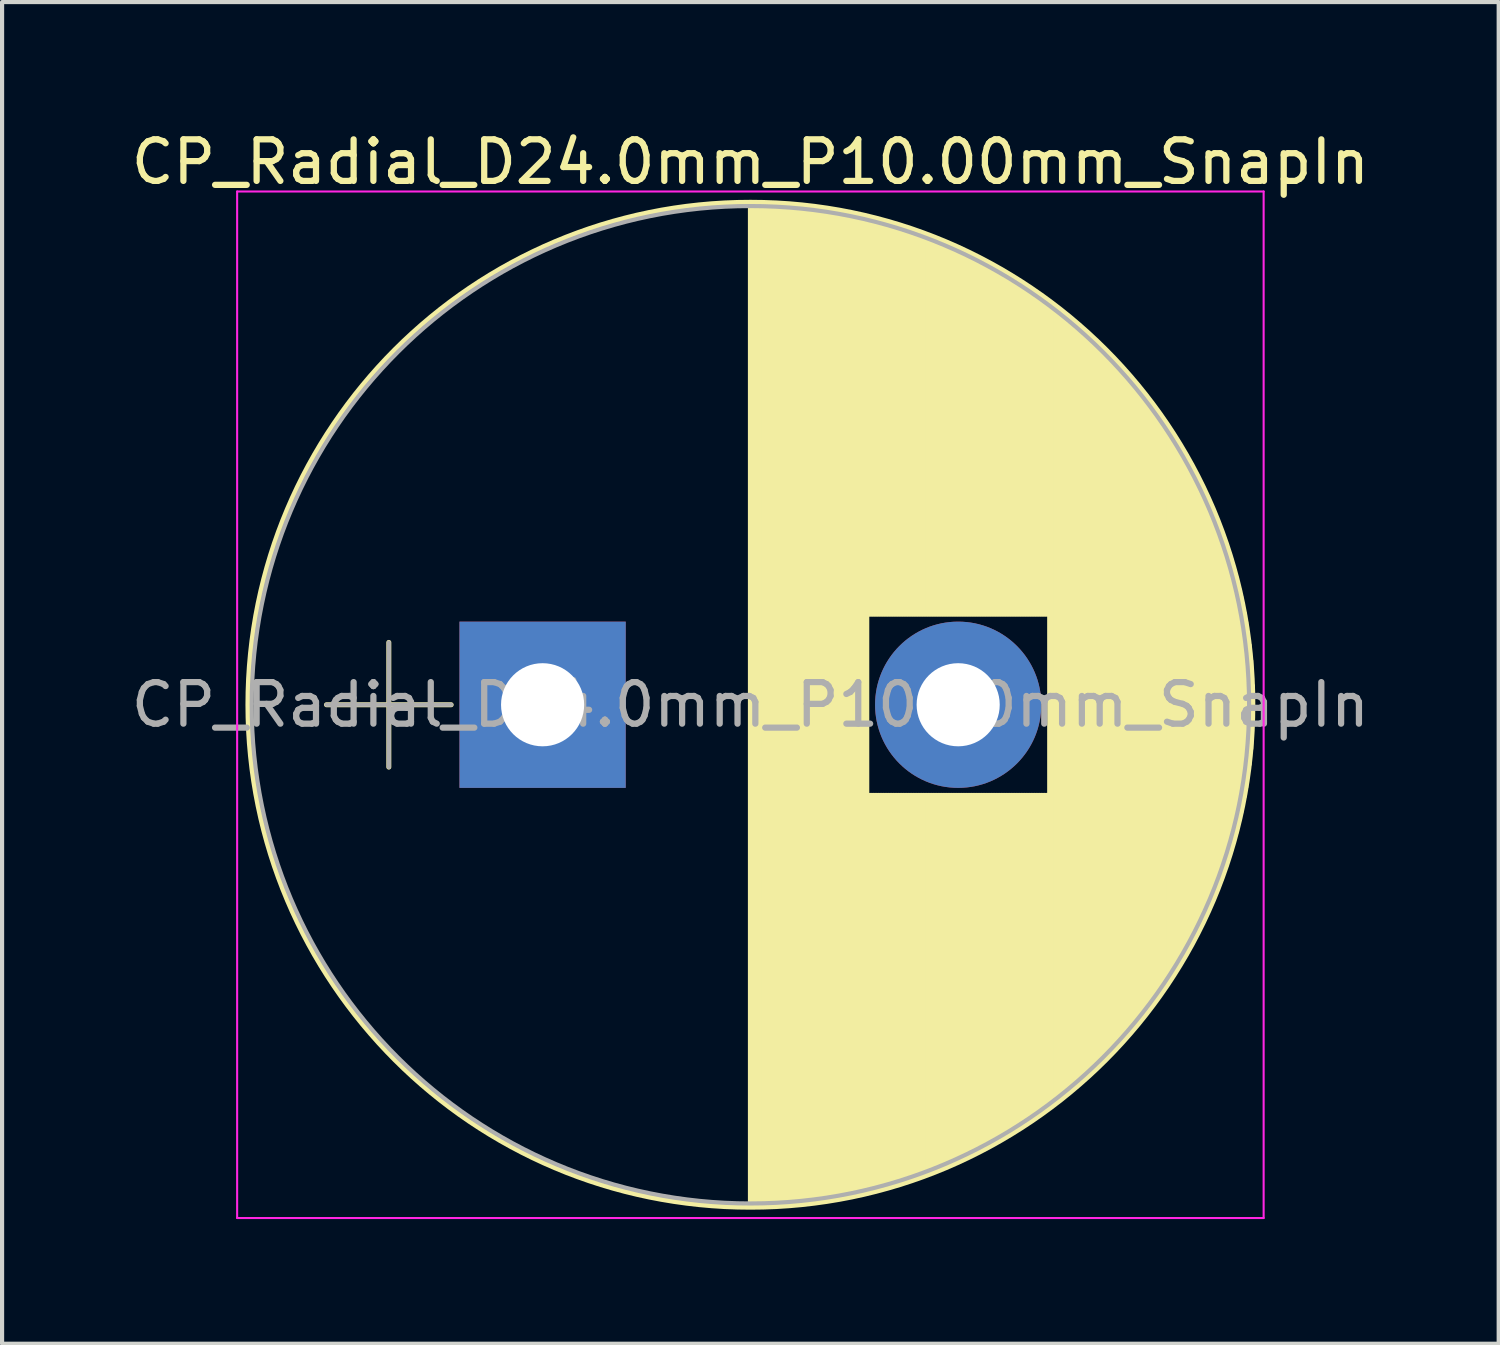
<source format=kicad_pcb>
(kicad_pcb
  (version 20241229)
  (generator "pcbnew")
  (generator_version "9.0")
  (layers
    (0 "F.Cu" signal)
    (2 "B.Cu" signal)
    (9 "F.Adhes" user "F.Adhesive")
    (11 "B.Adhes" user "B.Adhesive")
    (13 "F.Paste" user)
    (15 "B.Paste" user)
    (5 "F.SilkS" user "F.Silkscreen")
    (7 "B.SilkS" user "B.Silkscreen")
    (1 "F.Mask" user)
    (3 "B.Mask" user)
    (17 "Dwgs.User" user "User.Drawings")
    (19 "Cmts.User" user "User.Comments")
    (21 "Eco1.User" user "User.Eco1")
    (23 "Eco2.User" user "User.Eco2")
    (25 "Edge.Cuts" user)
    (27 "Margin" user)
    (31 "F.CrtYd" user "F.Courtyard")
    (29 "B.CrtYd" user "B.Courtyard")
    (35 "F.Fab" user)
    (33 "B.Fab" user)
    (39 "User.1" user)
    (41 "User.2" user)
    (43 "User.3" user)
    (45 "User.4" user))
  (footprint "CP_Radial_D24.0mm_P10.00mm_SnapIn"
    (layer "F.Cu")
    (at 10.006 13.908)
    (property "Reference" "CP_Radial_D24.0mm_P10.00mm_SnapIn" (at 5 -13.06 0) (layer "F.SilkS") (effects (font (size 1 1) (thickness 0.15))))
    (attr through_hole)
    (fp_line (start -5.2 0) (end -2.2 0) (stroke (width 0.12) (type solid)) (layer "F.SilkS"))
    (fp_line (start -3.7 -1.5) (end -3.7 1.5) (stroke (width 0.12) (type solid)) (layer "F.SilkS"))
    (fp_line (start 5 -12.05) (end 5 12.05) (stroke (width 0.12) (type solid)) (layer "F.SilkS"))
    (fp_line (start 5.04 -12.05) (end 5.04 12.05) (stroke (width 0.12) (type solid)) (layer "F.SilkS"))
    (fp_line (start 5.08 -12.05) (end 5.08 12.05) (stroke (width 0.12) (type solid)) (layer "F.SilkS"))
    (fp_line (start 5.12 -12.05) (end 5.12 12.05) (stroke (width 0.12) (type solid)) (layer "F.SilkS"))
    (fp_line (start 5.16 -12.049) (end 5.16 12.049) (stroke (width 0.12) (type solid)) (layer "F.SilkS"))
    (fp_line (start 5.2 -12.049) (end 5.2 12.049) (stroke (width 0.12) (type solid)) (layer "F.SilkS"))
    (fp_line (start 5.24 -12.048) (end 5.24 12.048) (stroke (width 0.12) (type solid)) (layer "F.SilkS"))
    (fp_line (start 5.28 -12.047) (end 5.28 12.047) (stroke (width 0.12) (type solid)) (layer "F.SilkS"))
    (fp_line (start 5.32 -12.046) (end 5.32 12.046) (stroke (width 0.12) (type solid)) (layer "F.SilkS"))
    (fp_line (start 5.36 -12.045) (end 5.36 12.045) (stroke (width 0.12) (type solid)) (layer "F.SilkS"))
    (fp_line (start 5.4 -12.044) (end 5.4 12.044) (stroke (width 0.12) (type solid)) (layer "F.SilkS"))
    (fp_line (start 5.44 -12.042) (end 5.44 12.042) (stroke (width 0.12) (type solid)) (layer "F.SilkS"))
    (fp_line (start 5.48 -12.041) (end 5.48 12.041) (stroke (width 0.12) (type solid)) (layer "F.SilkS"))
    (fp_line (start 5.52 -12.039) (end 5.52 12.039) (stroke (width 0.12) (type solid)) (layer "F.SilkS"))
    (fp_line (start 5.56 -12.038) (end 5.56 12.038) (stroke (width 0.12) (type solid)) (layer "F.SilkS"))
    (fp_line (start 5.6 -12.036) (end 5.6 12.036) (stroke (width 0.12) (type solid)) (layer "F.SilkS"))
    (fp_line (start 5.64 -12.034) (end 5.64 12.034) (stroke (width 0.12) (type solid)) (layer "F.SilkS"))
    (fp_line (start 5.68 -12.031) (end 5.68 12.031) (stroke (width 0.12) (type solid)) (layer "F.SilkS"))
    (fp_line (start 5.721 -12.029) (end 5.721 12.029) (stroke (width 0.12) (type solid)) (layer "F.SilkS"))
    (fp_line (start 5.761 -12.027) (end 5.761 12.027) (stroke (width 0.12) (type solid)) (layer "F.SilkS"))
    (fp_line (start 5.801 -12.024) (end 5.801 12.024) (stroke (width 0.12) (type solid)) (layer "F.SilkS"))
    (fp_line (start 5.841 -12.021) (end 5.841 12.021) (stroke (width 0.12) (type solid)) (layer "F.SilkS"))
    (fp_line (start 5.881 -12.018) (end 5.881 12.018) (stroke (width 0.12) (type solid)) (layer "F.SilkS"))
    (fp_line (start 5.921 -12.015) (end 5.921 12.015) (stroke (width 0.12) (type solid)) (layer "F.SilkS"))
    (fp_line (start 5.961 -12.012) (end 5.961 12.012) (stroke (width 0.12) (type solid)) (layer "F.SilkS"))
    (fp_line (start 6.001 -12.009) (end 6.001 12.009) (stroke (width 0.12) (type solid)) (layer "F.SilkS"))
    (fp_line (start 6.041 -12.006) (end 6.041 12.006) (stroke (width 0.12) (type solid)) (layer "F.SilkS"))
    (fp_line (start 6.081 -12.002) (end 6.081 12.002) (stroke (width 0.12) (type solid)) (layer "F.SilkS"))
    (fp_line (start 6.121 -11.999) (end 6.121 11.999) (stroke (width 0.12) (type solid)) (layer "F.SilkS"))
    (fp_line (start 6.161 -11.995) (end 6.161 11.995) (stroke (width 0.12) (type solid)) (layer "F.SilkS"))
    (fp_line (start 6.201 -11.991) (end 6.201 11.991) (stroke (width 0.12) (type solid)) (layer "F.SilkS"))
    (fp_line (start 6.241 -11.987) (end 6.241 11.987) (stroke (width 0.12) (type solid)) (layer "F.SilkS"))
    (fp_line (start 6.281 -11.983) (end 6.281 11.983) (stroke (width 0.12) (type solid)) (layer "F.SilkS"))
    (fp_line (start 6.321 -11.978) (end 6.321 11.978) (stroke (width 0.12) (type solid)) (layer "F.SilkS"))
    (fp_line (start 6.361 -11.974) (end 6.361 11.974) (stroke (width 0.12) (type solid)) (layer "F.SilkS"))
    (fp_line (start 6.401 -11.969) (end 6.401 11.969) (stroke (width 0.12) (type solid)) (layer "F.SilkS"))
    (fp_line (start 6.441 -11.964) (end 6.441 11.964) (stroke (width 0.12) (type solid)) (layer "F.SilkS"))
    (fp_line (start 6.481 -11.96) (end 6.481 11.96) (stroke (width 0.12) (type solid)) (layer "F.SilkS"))
    (fp_line (start 6.521 -11.955) (end 6.521 11.955) (stroke (width 0.12) (type solid)) (layer "F.SilkS"))
    (fp_line (start 6.561 -11.949) (end 6.561 11.949) (stroke (width 0.12) (type solid)) (layer "F.SilkS"))
    (fp_line (start 6.601 -11.944) (end 6.601 11.944) (stroke (width 0.12) (type solid)) (layer "F.SilkS"))
    (fp_line (start 6.641 -11.939) (end 6.641 11.939) (stroke (width 0.12) (type solid)) (layer "F.SilkS"))
    (fp_line (start 6.681 -11.933) (end 6.681 11.933) (stroke (width 0.12) (type solid)) (layer "F.SilkS"))
    (fp_line (start 6.721 -11.928) (end 6.721 11.928) (stroke (width 0.12) (type solid)) (layer "F.SilkS"))
    (fp_line (start 6.761 -11.922) (end 6.761 11.922) (stroke (width 0.12) (type solid)) (layer "F.SilkS"))
    (fp_line (start 6.801 -11.916) (end 6.801 11.916) (stroke (width 0.12) (type solid)) (layer "F.SilkS"))
    (fp_line (start 6.841 -11.91) (end 6.841 11.91) (stroke (width 0.12) (type solid)) (layer "F.SilkS"))
    (fp_line (start 6.881 -11.903) (end 6.881 11.903) (stroke (width 0.12) (type solid)) (layer "F.SilkS"))
    (fp_line (start 6.921 -11.897) (end 6.921 11.897) (stroke (width 0.12) (type solid)) (layer "F.SilkS"))
    (fp_line (start 6.961 -11.891) (end 6.961 11.891) (stroke (width 0.12) (type solid)) (layer "F.SilkS"))
    (fp_line (start 7.001 -11.884) (end 7.001 11.884) (stroke (width 0.12) (type solid)) (layer "F.SilkS"))
    (fp_line (start 7.041 -11.877) (end 7.041 11.877) (stroke (width 0.12) (type solid)) (layer "F.SilkS"))
    (fp_line (start 7.081 -11.87) (end 7.081 11.87) (stroke (width 0.12) (type solid)) (layer "F.SilkS"))
    (fp_line (start 7.121 -11.863) (end 7.121 11.863) (stroke (width 0.12) (type solid)) (layer "F.SilkS"))
    (fp_line (start 7.161 -11.856) (end 7.161 11.856) (stroke (width 0.12) (type solid)) (layer "F.SilkS"))
    (fp_line (start 7.201 -11.849) (end 7.201 11.849) (stroke (width 0.12) (type solid)) (layer "F.SilkS"))
    (fp_line (start 7.241 -11.841) (end 7.241 11.841) (stroke (width 0.12) (type solid)) (layer "F.SilkS"))
    (fp_line (start 7.281 -11.834) (end 7.281 11.834) (stroke (width 0.12) (type solid)) (layer "F.SilkS"))
    (fp_line (start 7.321 -11.826) (end 7.321 11.826) (stroke (width 0.12) (type solid)) (layer "F.SilkS"))
    (fp_line (start 7.361 -11.818) (end 7.361 11.818) (stroke (width 0.12) (type solid)) (layer "F.SilkS"))
    (fp_line (start 7.401 -11.81) (end 7.401 11.81) (stroke (width 0.12) (type solid)) (layer "F.SilkS"))
    (fp_line (start 7.441 -11.802) (end 7.441 11.802) (stroke (width 0.12) (type solid)) (layer "F.SilkS"))
    (fp_line (start 7.481 -11.793) (end 7.481 11.793) (stroke (width 0.12) (type solid)) (layer "F.SilkS"))
    (fp_line (start 7.521 -11.785) (end 7.521 11.785) (stroke (width 0.12) (type solid)) (layer "F.SilkS"))
    (fp_line (start 7.561 -11.776) (end 7.561 11.776) (stroke (width 0.12) (type solid)) (layer "F.SilkS"))
    (fp_line (start 7.601 -11.768) (end 7.601 11.768) (stroke (width 0.12) (type solid)) (layer "F.SilkS"))
    (fp_line (start 7.641 -11.759) (end 7.641 11.759) (stroke (width 0.12) (type solid)) (layer "F.SilkS"))
    (fp_line (start 7.681 -11.75) (end 7.681 11.75) (stroke (width 0.12) (type solid)) (layer "F.SilkS"))
    (fp_line (start 7.721 -11.741) (end 7.721 11.741) (stroke (width 0.12) (type solid)) (layer "F.SilkS"))
    (fp_line (start 7.761 -11.731) (end 7.761 11.731) (stroke (width 0.12) (type solid)) (layer "F.SilkS"))
    (fp_line (start 7.801 -11.722) (end 7.801 11.722) (stroke (width 0.12) (type solid)) (layer "F.SilkS"))
    (fp_line (start 7.841 -11.712) (end 7.841 -2.18) (stroke (width 0.12) (type solid)) (layer "F.SilkS"))
    (fp_line (start 7.841 2.18) (end 7.841 11.712) (stroke (width 0.12) (type solid)) (layer "F.SilkS"))
    (fp_line (start 7.881 -11.702) (end 7.881 -2.18) (stroke (width 0.12) (type solid)) (layer "F.SilkS"))
    (fp_line (start 7.881 2.18) (end 7.881 11.702) (stroke (width 0.12) (type solid)) (layer "F.SilkS"))
    (fp_line (start 7.921 -11.693) (end 7.921 -2.18) (stroke (width 0.12) (type solid)) (layer "F.SilkS"))
    (fp_line (start 7.921 2.18) (end 7.921 11.693) (stroke (width 0.12) (type solid)) (layer "F.SilkS"))
    (fp_line (start 7.961 -11.683) (end 7.961 -2.18) (stroke (width 0.12) (type solid)) (layer "F.SilkS"))
    (fp_line (start 7.961 2.18) (end 7.961 11.683) (stroke (width 0.12) (type solid)) (layer "F.SilkS"))
    (fp_line (start 8.001 -11.672) (end 8.001 -2.18) (stroke (width 0.12) (type solid)) (layer "F.SilkS"))
    (fp_line (start 8.001 2.18) (end 8.001 11.672) (stroke (width 0.12) (type solid)) (layer "F.SilkS"))
    (fp_line (start 8.041 -11.662) (end 8.041 -2.18) (stroke (width 0.12) (type solid)) (layer "F.SilkS"))
    (fp_line (start 8.041 2.18) (end 8.041 11.662) (stroke (width 0.12) (type solid)) (layer "F.SilkS"))
    (fp_line (start 8.081 -11.652) (end 8.081 -2.18) (stroke (width 0.12) (type solid)) (layer "F.SilkS"))
    (fp_line (start 8.081 2.18) (end 8.081 11.652) (stroke (width 0.12) (type solid)) (layer "F.SilkS"))
    (fp_line (start 8.121 -11.641) (end 8.121 -2.18) (stroke (width 0.12) (type solid)) (layer "F.SilkS"))
    (fp_line (start 8.121 2.18) (end 8.121 11.641) (stroke (width 0.12) (type solid)) (layer "F.SilkS"))
    (fp_line (start 8.161 -11.63) (end 8.161 -2.18) (stroke (width 0.12) (type solid)) (layer "F.SilkS"))
    (fp_line (start 8.161 2.18) (end 8.161 11.63) (stroke (width 0.12) (type solid)) (layer "F.SilkS"))
    (fp_line (start 8.201 -11.619) (end 8.201 -2.18) (stroke (width 0.12) (type solid)) (layer "F.SilkS"))
    (fp_line (start 8.201 2.18) (end 8.201 11.619) (stroke (width 0.12) (type solid)) (layer "F.SilkS"))
    (fp_line (start 8.241 -11.608) (end 8.241 -2.18) (stroke (width 0.12) (type solid)) (layer "F.SilkS"))
    (fp_line (start 8.241 2.18) (end 8.241 11.608) (stroke (width 0.12) (type solid)) (layer "F.SilkS"))
    (fp_line (start 8.281 -11.597) (end 8.281 -2.18) (stroke (width 0.12) (type solid)) (layer "F.SilkS"))
    (fp_line (start 8.281 2.18) (end 8.281 11.597) (stroke (width 0.12) (type solid)) (layer "F.SilkS"))
    (fp_line (start 8.321 -11.586) (end 8.321 -2.18) (stroke (width 0.12) (type solid)) (layer "F.SilkS"))
    (fp_line (start 8.321 2.18) (end 8.321 11.586) (stroke (width 0.12) (type solid)) (layer "F.SilkS"))
    (fp_line (start 8.361 -11.574) (end 8.361 -2.18) (stroke (width 0.12) (type solid)) (layer "F.SilkS"))
    (fp_line (start 8.361 2.18) (end 8.361 11.574) (stroke (width 0.12) (type solid)) (layer "F.SilkS"))
    (fp_line (start 8.401 -11.563) (end 8.401 -2.18) (stroke (width 0.12) (type solid)) (layer "F.SilkS"))
    (fp_line (start 8.401 2.18) (end 8.401 11.563) (stroke (width 0.12) (type solid)) (layer "F.SilkS"))
    (fp_line (start 8.441 -11.551) (end 8.441 -2.18) (stroke (width 0.12) (type solid)) (layer "F.SilkS"))
    (fp_line (start 8.441 2.18) (end 8.441 11.551) (stroke (width 0.12) (type solid)) (layer "F.SilkS"))
    (fp_line (start 8.481 -11.539) (end 8.481 -2.18) (stroke (width 0.12) (type solid)) (layer "F.SilkS"))
    (fp_line (start 8.481 2.18) (end 8.481 11.539) (stroke (width 0.12) (type solid)) (layer "F.SilkS"))
    (fp_line (start 8.521 -11.527) (end 8.521 -2.18) (stroke (width 0.12) (type solid)) (layer "F.SilkS"))
    (fp_line (start 8.521 2.18) (end 8.521 11.527) (stroke (width 0.12) (type solid)) (layer "F.SilkS"))
    (fp_line (start 8.561 -11.514) (end 8.561 -2.18) (stroke (width 0.12) (type solid)) (layer "F.SilkS"))
    (fp_line (start 8.561 2.18) (end 8.561 11.514) (stroke (width 0.12) (type solid)) (layer "F.SilkS"))
    (fp_line (start 8.601 -11.502) (end 8.601 -2.18) (stroke (width 0.12) (type solid)) (layer "F.SilkS"))
    (fp_line (start 8.601 2.18) (end 8.601 11.502) (stroke (width 0.12) (type solid)) (layer "F.SilkS"))
    (fp_line (start 8.641 -11.49) (end 8.641 -2.18) (stroke (width 0.12) (type solid)) (layer "F.SilkS"))
    (fp_line (start 8.641 2.18) (end 8.641 11.49) (stroke (width 0.12) (type solid)) (layer "F.SilkS"))
    (fp_line (start 8.681 -11.477) (end 8.681 -2.18) (stroke (width 0.12) (type solid)) (layer "F.SilkS"))
    (fp_line (start 8.681 2.18) (end 8.681 11.477) (stroke (width 0.12) (type solid)) (layer "F.SilkS"))
    (fp_line (start 8.721 -11.464) (end 8.721 -2.18) (stroke (width 0.12) (type solid)) (layer "F.SilkS"))
    (fp_line (start 8.721 2.18) (end 8.721 11.464) (stroke (width 0.12) (type solid)) (layer "F.SilkS"))
    (fp_line (start 8.761 -11.451) (end 8.761 -2.18) (stroke (width 0.12) (type solid)) (layer "F.SilkS"))
    (fp_line (start 8.761 2.18) (end 8.761 11.451) (stroke (width 0.12) (type solid)) (layer "F.SilkS"))
    (fp_line (start 8.801 -11.438) (end 8.801 -2.18) (stroke (width 0.12) (type solid)) (layer "F.SilkS"))
    (fp_line (start 8.801 2.18) (end 8.801 11.438) (stroke (width 0.12) (type solid)) (layer "F.SilkS"))
    (fp_line (start 8.841 -11.424) (end 8.841 -2.18) (stroke (width 0.12) (type solid)) (layer "F.SilkS"))
    (fp_line (start 8.841 2.18) (end 8.841 11.424) (stroke (width 0.12) (type solid)) (layer "F.SilkS"))
    (fp_line (start 8.881 -11.411) (end 8.881 -2.18) (stroke (width 0.12) (type solid)) (layer "F.SilkS"))
    (fp_line (start 8.881 2.18) (end 8.881 11.411) (stroke (width 0.12) (type solid)) (layer "F.SilkS"))
    (fp_line (start 8.921 -11.397) (end 8.921 -2.18) (stroke (width 0.12) (type solid)) (layer "F.SilkS"))
    (fp_line (start 8.921 2.18) (end 8.921 11.397) (stroke (width 0.12) (type solid)) (layer "F.SilkS"))
    (fp_line (start 8.961 -11.384) (end 8.961 -2.18) (stroke (width 0.12) (type solid)) (layer "F.SilkS"))
    (fp_line (start 8.961 2.18) (end 8.961 11.384) (stroke (width 0.12) (type solid)) (layer "F.SilkS"))
    (fp_line (start 9.001 -11.37) (end 9.001 -2.18) (stroke (width 0.12) (type solid)) (layer "F.SilkS"))
    (fp_line (start 9.001 2.18) (end 9.001 11.37) (stroke (width 0.12) (type solid)) (layer "F.SilkS"))
    (fp_line (start 9.041 -11.356) (end 9.041 -2.18) (stroke (width 0.12) (type solid)) (layer "F.SilkS"))
    (fp_line (start 9.041 2.18) (end 9.041 11.356) (stroke (width 0.12) (type solid)) (layer "F.SilkS"))
    (fp_line (start 9.081 -11.341) (end 9.081 -2.18) (stroke (width 0.12) (type solid)) (layer "F.SilkS"))
    (fp_line (start 9.081 2.18) (end 9.081 11.341) (stroke (width 0.12) (type solid)) (layer "F.SilkS"))
    (fp_line (start 9.121 -11.327) (end 9.121 -2.18) (stroke (width 0.12) (type solid)) (layer "F.SilkS"))
    (fp_line (start 9.121 2.18) (end 9.121 11.327) (stroke (width 0.12) (type solid)) (layer "F.SilkS"))
    (fp_line (start 9.161 -11.312) (end 9.161 -2.18) (stroke (width 0.12) (type solid)) (layer "F.SilkS"))
    (fp_line (start 9.161 2.18) (end 9.161 11.312) (stroke (width 0.12) (type solid)) (layer "F.SilkS"))
    (fp_line (start 9.201 -11.298) (end 9.201 -2.18) (stroke (width 0.12) (type solid)) (layer "F.SilkS"))
    (fp_line (start 9.201 2.18) (end 9.201 11.298) (stroke (width 0.12) (type solid)) (layer "F.SilkS"))
    (fp_line (start 9.241 -11.283) (end 9.241 -2.18) (stroke (width 0.12) (type solid)) (layer "F.SilkS"))
    (fp_line (start 9.241 2.18) (end 9.241 11.283) (stroke (width 0.12) (type solid)) (layer "F.SilkS"))
    (fp_line (start 9.281 -11.268) (end 9.281 -2.18) (stroke (width 0.12) (type solid)) (layer "F.SilkS"))
    (fp_line (start 9.281 2.18) (end 9.281 11.268) (stroke (width 0.12) (type solid)) (layer "F.SilkS"))
    (fp_line (start 9.321 -11.252) (end 9.321 -2.18) (stroke (width 0.12) (type solid)) (layer "F.SilkS"))
    (fp_line (start 9.321 2.18) (end 9.321 11.252) (stroke (width 0.12) (type solid)) (layer "F.SilkS"))
    (fp_line (start 9.361 -11.237) (end 9.361 -2.18) (stroke (width 0.12) (type solid)) (layer "F.SilkS"))
    (fp_line (start 9.361 2.18) (end 9.361 11.237) (stroke (width 0.12) (type solid)) (layer "F.SilkS"))
    (fp_line (start 9.401 -11.221) (end 9.401 -2.18) (stroke (width 0.12) (type solid)) (layer "F.SilkS"))
    (fp_line (start 9.401 2.18) (end 9.401 11.221) (stroke (width 0.12) (type solid)) (layer "F.SilkS"))
    (fp_line (start 9.441 -11.206) (end 9.441 -2.18) (stroke (width 0.12) (type solid)) (layer "F.SilkS"))
    (fp_line (start 9.441 2.18) (end 9.441 11.206) (stroke (width 0.12) (type solid)) (layer "F.SilkS"))
    (fp_line (start 9.481 -11.19) (end 9.481 -2.18) (stroke (width 0.12) (type solid)) (layer "F.SilkS"))
    (fp_line (start 9.481 2.18) (end 9.481 11.19) (stroke (width 0.12) (type solid)) (layer "F.SilkS"))
    (fp_line (start 9.521 -11.174) (end 9.521 -2.18) (stroke (width 0.12) (type solid)) (layer "F.SilkS"))
    (fp_line (start 9.521 2.18) (end 9.521 11.174) (stroke (width 0.12) (type solid)) (layer "F.SilkS"))
    (fp_line (start 9.561 -11.158) (end 9.561 -2.18) (stroke (width 0.12) (type solid)) (layer "F.SilkS"))
    (fp_line (start 9.561 2.18) (end 9.561 11.158) (stroke (width 0.12) (type solid)) (layer "F.SilkS"))
    (fp_line (start 9.601 -11.141) (end 9.601 -2.18) (stroke (width 0.12) (type solid)) (layer "F.SilkS"))
    (fp_line (start 9.601 2.18) (end 9.601 11.141) (stroke (width 0.12) (type solid)) (layer "F.SilkS"))
    (fp_line (start 9.641 -11.125) (end 9.641 -2.18) (stroke (width 0.12) (type solid)) (layer "F.SilkS"))
    (fp_line (start 9.641 2.18) (end 9.641 11.125) (stroke (width 0.12) (type solid)) (layer "F.SilkS"))
    (fp_line (start 9.681 -11.108) (end 9.681 -2.18) (stroke (width 0.12) (type solid)) (layer "F.SilkS"))
    (fp_line (start 9.681 2.18) (end 9.681 11.108) (stroke (width 0.12) (type solid)) (layer "F.SilkS"))
    (fp_line (start 9.721 -11.091) (end 9.721 -2.18) (stroke (width 0.12) (type solid)) (layer "F.SilkS"))
    (fp_line (start 9.721 2.18) (end 9.721 11.091) (stroke (width 0.12) (type solid)) (layer "F.SilkS"))
    (fp_line (start 9.761 -11.074) (end 9.761 -2.18) (stroke (width 0.12) (type solid)) (layer "F.SilkS"))
    (fp_line (start 9.761 2.18) (end 9.761 11.074) (stroke (width 0.12) (type solid)) (layer "F.SilkS"))
    (fp_line (start 9.801 -11.057) (end 9.801 -2.18) (stroke (width 0.12) (type solid)) (layer "F.SilkS"))
    (fp_line (start 9.801 2.18) (end 9.801 11.057) (stroke (width 0.12) (type solid)) (layer "F.SilkS"))
    (fp_line (start 9.841 -11.039) (end 9.841 -2.18) (stroke (width 0.12) (type solid)) (layer "F.SilkS"))
    (fp_line (start 9.841 2.18) (end 9.841 11.039) (stroke (width 0.12) (type solid)) (layer "F.SilkS"))
    (fp_line (start 9.881 -11.022) (end 9.881 -2.18) (stroke (width 0.12) (type solid)) (layer "F.SilkS"))
    (fp_line (start 9.881 2.18) (end 9.881 11.022) (stroke (width 0.12) (type solid)) (layer "F.SilkS"))
    (fp_line (start 9.921 -11.004) (end 9.921 -2.18) (stroke (width 0.12) (type solid)) (layer "F.SilkS"))
    (fp_line (start 9.921 2.18) (end 9.921 11.004) (stroke (width 0.12) (type solid)) (layer "F.SilkS"))
    (fp_line (start 9.961 -10.986) (end 9.961 -2.18) (stroke (width 0.12) (type solid)) (layer "F.SilkS"))
    (fp_line (start 9.961 2.18) (end 9.961 10.986) (stroke (width 0.12) (type solid)) (layer "F.SilkS"))
    (fp_line (start 10.001 -10.968) (end 10.001 -2.18) (stroke (width 0.12) (type solid)) (layer "F.SilkS"))
    (fp_line (start 10.001 2.18) (end 10.001 10.968) (stroke (width 0.12) (type solid)) (layer "F.SilkS"))
    (fp_line (start 10.041 -10.95) (end 10.041 -2.18) (stroke (width 0.12) (type solid)) (layer "F.SilkS"))
    (fp_line (start 10.041 2.18) (end 10.041 10.95) (stroke (width 0.12) (type solid)) (layer "F.SilkS"))
    (fp_line (start 10.081 -10.931) (end 10.081 -2.18) (stroke (width 0.12) (type solid)) (layer "F.SilkS"))
    (fp_line (start 10.081 2.18) (end 10.081 10.931) (stroke (width 0.12) (type solid)) (layer "F.SilkS"))
    (fp_line (start 10.121 -10.913) (end 10.121 -2.18) (stroke (width 0.12) (type solid)) (layer "F.SilkS"))
    (fp_line (start 10.121 2.18) (end 10.121 10.913) (stroke (width 0.12) (type solid)) (layer "F.SilkS"))
    (fp_line (start 10.161 -10.894) (end 10.161 -2.18) (stroke (width 0.12) (type solid)) (layer "F.SilkS"))
    (fp_line (start 10.161 2.18) (end 10.161 10.894) (stroke (width 0.12) (type solid)) (layer "F.SilkS"))
    (fp_line (start 10.201 -10.875) (end 10.201 -2.18) (stroke (width 0.12) (type solid)) (layer "F.SilkS"))
    (fp_line (start 10.201 2.18) (end 10.201 10.875) (stroke (width 0.12) (type solid)) (layer "F.SilkS"))
    (fp_line (start 10.241 -10.856) (end 10.241 -2.18) (stroke (width 0.12) (type solid)) (layer "F.SilkS"))
    (fp_line (start 10.241 2.18) (end 10.241 10.856) (stroke (width 0.12) (type solid)) (layer "F.SilkS"))
    (fp_line (start 10.281 -10.837) (end 10.281 -2.18) (stroke (width 0.12) (type solid)) (layer "F.SilkS"))
    (fp_line (start 10.281 2.18) (end 10.281 10.837) (stroke (width 0.12) (type solid)) (layer "F.SilkS"))
    (fp_line (start 10.321 -10.817) (end 10.321 -2.18) (stroke (width 0.12) (type solid)) (layer "F.SilkS"))
    (fp_line (start 10.321 2.18) (end 10.321 10.817) (stroke (width 0.12) (type solid)) (layer "F.SilkS"))
    (fp_line (start 10.361 -10.797) (end 10.361 -2.18) (stroke (width 0.12) (type solid)) (layer "F.SilkS"))
    (fp_line (start 10.361 2.18) (end 10.361 10.797) (stroke (width 0.12) (type solid)) (layer "F.SilkS"))
    (fp_line (start 10.401 -10.778) (end 10.401 -2.18) (stroke (width 0.12) (type solid)) (layer "F.SilkS"))
    (fp_line (start 10.401 2.18) (end 10.401 10.778) (stroke (width 0.12) (type solid)) (layer "F.SilkS"))
    (fp_line (start 10.441 -10.757) (end 10.441 -2.18) (stroke (width 0.12) (type solid)) (layer "F.SilkS"))
    (fp_line (start 10.441 2.18) (end 10.441 10.757) (stroke (width 0.12) (type solid)) (layer "F.SilkS"))
    (fp_line (start 10.481 -10.737) (end 10.481 -2.18) (stroke (width 0.12) (type solid)) (layer "F.SilkS"))
    (fp_line (start 10.481 2.18) (end 10.481 10.737) (stroke (width 0.12) (type solid)) (layer "F.SilkS"))
    (fp_line (start 10.521 -10.717) (end 10.521 -2.18) (stroke (width 0.12) (type solid)) (layer "F.SilkS"))
    (fp_line (start 10.521 2.18) (end 10.521 10.717) (stroke (width 0.12) (type solid)) (layer "F.SilkS"))
    (fp_line (start 10.561 -10.696) (end 10.561 -2.18) (stroke (width 0.12) (type solid)) (layer "F.SilkS"))
    (fp_line (start 10.561 2.18) (end 10.561 10.696) (stroke (width 0.12) (type solid)) (layer "F.SilkS"))
    (fp_line (start 10.601 -10.675) (end 10.601 -2.18) (stroke (width 0.12) (type solid)) (layer "F.SilkS"))
    (fp_line (start 10.601 2.18) (end 10.601 10.675) (stroke (width 0.12) (type solid)) (layer "F.SilkS"))
    (fp_line (start 10.641 -10.654) (end 10.641 -2.18) (stroke (width 0.12) (type solid)) (layer "F.SilkS"))
    (fp_line (start 10.641 2.18) (end 10.641 10.654) (stroke (width 0.12) (type solid)) (layer "F.SilkS"))
    (fp_line (start 10.681 -10.633) (end 10.681 -2.18) (stroke (width 0.12) (type solid)) (layer "F.SilkS"))
    (fp_line (start 10.681 2.18) (end 10.681 10.633) (stroke (width 0.12) (type solid)) (layer "F.SilkS"))
    (fp_line (start 10.721 -10.612) (end 10.721 -2.18) (stroke (width 0.12) (type solid)) (layer "F.SilkS"))
    (fp_line (start 10.721 2.18) (end 10.721 10.612) (stroke (width 0.12) (type solid)) (layer "F.SilkS"))
    (fp_line (start 10.761 -10.59) (end 10.761 -2.18) (stroke (width 0.12) (type solid)) (layer "F.SilkS"))
    (fp_line (start 10.761 2.18) (end 10.761 10.59) (stroke (width 0.12) (type solid)) (layer "F.SilkS"))
    (fp_line (start 10.801 -10.568) (end 10.801 -2.18) (stroke (width 0.12) (type solid)) (layer "F.SilkS"))
    (fp_line (start 10.801 2.18) (end 10.801 10.568) (stroke (width 0.12) (type solid)) (layer "F.SilkS"))
    (fp_line (start 10.841 -10.546) (end 10.841 -2.18) (stroke (width 0.12) (type solid)) (layer "F.SilkS"))
    (fp_line (start 10.841 2.18) (end 10.841 10.546) (stroke (width 0.12) (type solid)) (layer "F.SilkS"))
    (fp_line (start 10.881 -10.524) (end 10.881 -2.18) (stroke (width 0.12) (type solid)) (layer "F.SilkS"))
    (fp_line (start 10.881 2.18) (end 10.881 10.524) (stroke (width 0.12) (type solid)) (layer "F.SilkS"))
    (fp_line (start 10.921 -10.502) (end 10.921 -2.18) (stroke (width 0.12) (type solid)) (layer "F.SilkS"))
    (fp_line (start 10.921 2.18) (end 10.921 10.502) (stroke (width 0.12) (type solid)) (layer "F.SilkS"))
    (fp_line (start 10.961 -10.479) (end 10.961 -2.18) (stroke (width 0.12) (type solid)) (layer "F.SilkS"))
    (fp_line (start 10.961 2.18) (end 10.961 10.479) (stroke (width 0.12) (type solid)) (layer "F.SilkS"))
    (fp_line (start 11.001 -10.457) (end 11.001 -2.18) (stroke (width 0.12) (type solid)) (layer "F.SilkS"))
    (fp_line (start 11.001 2.18) (end 11.001 10.457) (stroke (width 0.12) (type solid)) (layer "F.SilkS"))
    (fp_line (start 11.041 -10.434) (end 11.041 -2.18) (stroke (width 0.12) (type solid)) (layer "F.SilkS"))
    (fp_line (start 11.041 2.18) (end 11.041 10.434) (stroke (width 0.12) (type solid)) (layer "F.SilkS"))
    (fp_line (start 11.081 -10.41) (end 11.081 -2.18) (stroke (width 0.12) (type solid)) (layer "F.SilkS"))
    (fp_line (start 11.081 2.18) (end 11.081 10.41) (stroke (width 0.12) (type solid)) (layer "F.SilkS"))
    (fp_line (start 11.121 -10.387) (end 11.121 -2.18) (stroke (width 0.12) (type solid)) (layer "F.SilkS"))
    (fp_line (start 11.121 2.18) (end 11.121 10.387) (stroke (width 0.12) (type solid)) (layer "F.SilkS"))
    (fp_line (start 11.161 -10.364) (end 11.161 -2.18) (stroke (width 0.12) (type solid)) (layer "F.SilkS"))
    (fp_line (start 11.161 2.18) (end 11.161 10.364) (stroke (width 0.12) (type solid)) (layer "F.SilkS"))
    (fp_line (start 11.201 -10.34) (end 11.201 -2.18) (stroke (width 0.12) (type solid)) (layer "F.SilkS"))
    (fp_line (start 11.201 2.18) (end 11.201 10.34) (stroke (width 0.12) (type solid)) (layer "F.SilkS"))
    (fp_line (start 11.241 -10.316) (end 11.241 -2.18) (stroke (width 0.12) (type solid)) (layer "F.SilkS"))
    (fp_line (start 11.241 2.18) (end 11.241 10.316) (stroke (width 0.12) (type solid)) (layer "F.SilkS"))
    (fp_line (start 11.281 -10.292) (end 11.281 -2.18) (stroke (width 0.12) (type solid)) (layer "F.SilkS"))
    (fp_line (start 11.281 2.18) (end 11.281 10.292) (stroke (width 0.12) (type solid)) (layer "F.SilkS"))
    (fp_line (start 11.321 -10.267) (end 11.321 -2.18) (stroke (width 0.12) (type solid)) (layer "F.SilkS"))
    (fp_line (start 11.321 2.18) (end 11.321 10.267) (stroke (width 0.12) (type solid)) (layer "F.SilkS"))
    (fp_line (start 11.361 -10.242) (end 11.361 -2.18) (stroke (width 0.12) (type solid)) (layer "F.SilkS"))
    (fp_line (start 11.361 2.18) (end 11.361 10.242) (stroke (width 0.12) (type solid)) (layer "F.SilkS"))
    (fp_line (start 11.401 -10.218) (end 11.401 -2.18) (stroke (width 0.12) (type solid)) (layer "F.SilkS"))
    (fp_line (start 11.401 2.18) (end 11.401 10.218) (stroke (width 0.12) (type solid)) (layer "F.SilkS"))
    (fp_line (start 11.441 -10.193) (end 11.441 -2.18) (stroke (width 0.12) (type solid)) (layer "F.SilkS"))
    (fp_line (start 11.441 2.18) (end 11.441 10.193) (stroke (width 0.12) (type solid)) (layer "F.SilkS"))
    (fp_line (start 11.481 -10.167) (end 11.481 -2.18) (stroke (width 0.12) (type solid)) (layer "F.SilkS"))
    (fp_line (start 11.481 2.18) (end 11.481 10.167) (stroke (width 0.12) (type solid)) (layer "F.SilkS"))
    (fp_line (start 11.521 -10.142) (end 11.521 -2.18) (stroke (width 0.12) (type solid)) (layer "F.SilkS"))
    (fp_line (start 11.521 2.18) (end 11.521 10.142) (stroke (width 0.12) (type solid)) (layer "F.SilkS"))
    (fp_line (start 11.561 -10.116) (end 11.561 -2.18) (stroke (width 0.12) (type solid)) (layer "F.SilkS"))
    (fp_line (start 11.561 2.18) (end 11.561 10.116) (stroke (width 0.12) (type solid)) (layer "F.SilkS"))
    (fp_line (start 11.601 -10.09) (end 11.601 -2.18) (stroke (width 0.12) (type solid)) (layer "F.SilkS"))
    (fp_line (start 11.601 2.18) (end 11.601 10.09) (stroke (width 0.12) (type solid)) (layer "F.SilkS"))
    (fp_line (start 11.641 -10.064) (end 11.641 -2.18) (stroke (width 0.12) (type solid)) (layer "F.SilkS"))
    (fp_line (start 11.641 2.18) (end 11.641 10.064) (stroke (width 0.12) (type solid)) (layer "F.SilkS"))
    (fp_line (start 11.681 -10.037) (end 11.681 -2.18) (stroke (width 0.12) (type solid)) (layer "F.SilkS"))
    (fp_line (start 11.681 2.18) (end 11.681 10.037) (stroke (width 0.12) (type solid)) (layer "F.SilkS"))
    (fp_line (start 11.721 -10.011) (end 11.721 -2.18) (stroke (width 0.12) (type solid)) (layer "F.SilkS"))
    (fp_line (start 11.721 2.18) (end 11.721 10.011) (stroke (width 0.12) (type solid)) (layer "F.SilkS"))
    (fp_line (start 11.761 -9.984) (end 11.761 -2.18) (stroke (width 0.12) (type solid)) (layer "F.SilkS"))
    (fp_line (start 11.761 2.18) (end 11.761 9.984) (stroke (width 0.12) (type solid)) (layer "F.SilkS"))
    (fp_line (start 11.801 -9.957) (end 11.801 -2.18) (stroke (width 0.12) (type solid)) (layer "F.SilkS"))
    (fp_line (start 11.801 2.18) (end 11.801 9.957) (stroke (width 0.12) (type solid)) (layer "F.SilkS"))
    (fp_line (start 11.841 -9.93) (end 11.841 -2.18) (stroke (width 0.12) (type solid)) (layer "F.SilkS"))
    (fp_line (start 11.841 2.18) (end 11.841 9.93) (stroke (width 0.12) (type solid)) (layer "F.SilkS"))
    (fp_line (start 11.881 -9.902) (end 11.881 -2.18) (stroke (width 0.12) (type solid)) (layer "F.SilkS"))
    (fp_line (start 11.881 2.18) (end 11.881 9.902) (stroke (width 0.12) (type solid)) (layer "F.SilkS"))
    (fp_line (start 11.921 -9.874) (end 11.921 -2.18) (stroke (width 0.12) (type solid)) (layer "F.SilkS"))
    (fp_line (start 11.921 2.18) (end 11.921 9.874) (stroke (width 0.12) (type solid)) (layer "F.SilkS"))
    (fp_line (start 11.961 -9.846) (end 11.961 -2.18) (stroke (width 0.12) (type solid)) (layer "F.SilkS"))
    (fp_line (start 11.961 2.18) (end 11.961 9.846) (stroke (width 0.12) (type solid)) (layer "F.SilkS"))
    (fp_line (start 12.001 -9.818) (end 12.001 -2.18) (stroke (width 0.12) (type solid)) (layer "F.SilkS"))
    (fp_line (start 12.001 2.18) (end 12.001 9.818) (stroke (width 0.12) (type solid)) (layer "F.SilkS"))
    (fp_line (start 12.041 -9.789) (end 12.041 -2.18) (stroke (width 0.12) (type solid)) (layer "F.SilkS"))
    (fp_line (start 12.041 2.18) (end 12.041 9.789) (stroke (width 0.12) (type solid)) (layer "F.SilkS"))
    (fp_line (start 12.081 -9.761) (end 12.081 -2.18) (stroke (width 0.12) (type solid)) (layer "F.SilkS"))
    (fp_line (start 12.081 2.18) (end 12.081 9.761) (stroke (width 0.12) (type solid)) (layer "F.SilkS"))
    (fp_line (start 12.121 -9.732) (end 12.121 -2.18) (stroke (width 0.12) (type solid)) (layer "F.SilkS"))
    (fp_line (start 12.121 2.18) (end 12.121 9.732) (stroke (width 0.12) (type solid)) (layer "F.SilkS"))
    (fp_line (start 12.161 -9.702) (end 12.161 -2.18) (stroke (width 0.12) (type solid)) (layer "F.SilkS"))
    (fp_line (start 12.161 2.18) (end 12.161 9.702) (stroke (width 0.12) (type solid)) (layer "F.SilkS"))
    (fp_line (start 12.201 -9.673) (end 12.201 9.673) (stroke (width 0.12) (type solid)) (layer "F.SilkS"))
    (fp_line (start 12.241 -9.643) (end 12.241 9.643) (stroke (width 0.12) (type solid)) (layer "F.SilkS"))
    (fp_line (start 12.281 -9.613) (end 12.281 9.613) (stroke (width 0.12) (type solid)) (layer "F.SilkS"))
    (fp_line (start 12.321 -9.583) (end 12.321 9.583) (stroke (width 0.12) (type solid)) (layer "F.SilkS"))
    (fp_line (start 12.361 -9.552) (end 12.361 9.552) (stroke (width 0.12) (type solid)) (layer "F.SilkS"))
    (fp_line (start 12.401 -9.521) (end 12.401 9.521) (stroke (width 0.12) (type solid)) (layer "F.SilkS"))
    (fp_line (start 12.441 -9.49) (end 12.441 9.49) (stroke (width 0.12) (type solid)) (layer "F.SilkS"))
    (fp_line (start 12.481 -9.459) (end 12.481 9.459) (stroke (width 0.12) (type solid)) (layer "F.SilkS"))
    (fp_line (start 12.521 -9.427) (end 12.521 9.427) (stroke (width 0.12) (type solid)) (layer "F.SilkS"))
    (fp_line (start 12.561 -9.395) (end 12.561 9.395) (stroke (width 0.12) (type solid)) (layer "F.SilkS"))
    (fp_line (start 12.601 -9.363) (end 12.601 9.363) (stroke (width 0.12) (type solid)) (layer "F.SilkS"))
    (fp_line (start 12.641 -9.331) (end 12.641 9.331) (stroke (width 0.12) (type solid)) (layer "F.SilkS"))
    (fp_line (start 12.681 -9.298) (end 12.681 9.298) (stroke (width 0.12) (type solid)) (layer "F.SilkS"))
    (fp_line (start 12.721 -9.265) (end 12.721 9.265) (stroke (width 0.12) (type solid)) (layer "F.SilkS"))
    (fp_line (start 12.761 -9.231) (end 12.761 9.231) (stroke (width 0.12) (type solid)) (layer "F.SilkS"))
    (fp_line (start 12.801 -9.198) (end 12.801 9.198) (stroke (width 0.12) (type solid)) (layer "F.SilkS"))
    (fp_line (start 12.841 -9.164) (end 12.841 9.164) (stroke (width 0.12) (type solid)) (layer "F.SilkS"))
    (fp_line (start 12.881 -9.13) (end 12.881 9.13) (stroke (width 0.12) (type solid)) (layer "F.SilkS"))
    (fp_line (start 12.921 -9.095) (end 12.921 9.095) (stroke (width 0.12) (type solid)) (layer "F.SilkS"))
    (fp_line (start 12.961 -9.06) (end 12.961 9.06) (stroke (width 0.12) (type solid)) (layer "F.SilkS"))
    (fp_line (start 13.001 -9.025) (end 13.001 9.025) (stroke (width 0.12) (type solid)) (layer "F.SilkS"))
    (fp_line (start 13.041 -8.99) (end 13.041 8.99) (stroke (width 0.12) (type solid)) (layer "F.SilkS"))
    (fp_line (start 13.081 -8.954) (end 13.081 8.954) (stroke (width 0.12) (type solid)) (layer "F.SilkS"))
    (fp_line (start 13.121 -8.918) (end 13.121 8.918) (stroke (width 0.12) (type solid)) (layer "F.SilkS"))
    (fp_line (start 13.161 -8.881) (end 13.161 8.881) (stroke (width 0.12) (type solid)) (layer "F.SilkS"))
    (fp_line (start 13.2 -8.845) (end 13.2 8.845) (stroke (width 0.12) (type solid)) (layer "F.SilkS"))
    (fp_line (start 13.24 -8.808) (end 13.24 8.808) (stroke (width 0.12) (type solid)) (layer "F.SilkS"))
    (fp_line (start 13.28 -8.77) (end 13.28 8.77) (stroke (width 0.12) (type solid)) (layer "F.SilkS"))
    (fp_line (start 13.32 -8.732) (end 13.32 8.732) (stroke (width 0.12) (type solid)) (layer "F.SilkS"))
    (fp_line (start 13.36 -8.694) (end 13.36 8.694) (stroke (width 0.12) (type solid)) (layer "F.SilkS"))
    (fp_line (start 13.4 -8.656) (end 13.4 8.656) (stroke (width 0.12) (type solid)) (layer "F.SilkS"))
    (fp_line (start 13.44 -8.617) (end 13.44 8.617) (stroke (width 0.12) (type solid)) (layer "F.SilkS"))
    (fp_line (start 13.48 -8.578) (end 13.48 8.578) (stroke (width 0.12) (type solid)) (layer "F.SilkS"))
    (fp_line (start 13.52 -8.538) (end 13.52 8.538) (stroke (width 0.12) (type solid)) (layer "F.SilkS"))
    (fp_line (start 13.56 -8.498) (end 13.56 8.498) (stroke (width 0.12) (type solid)) (layer "F.SilkS"))
    (fp_line (start 13.6 -8.458) (end 13.6 8.458) (stroke (width 0.12) (type solid)) (layer "F.SilkS"))
    (fp_line (start 13.64 -8.417) (end 13.64 8.417) (stroke (width 0.12) (type solid)) (layer "F.SilkS"))
    (fp_line (start 13.68 -8.376) (end 13.68 8.376) (stroke (width 0.12) (type solid)) (layer "F.SilkS"))
    (fp_line (start 13.72 -8.335) (end 13.72 8.335) (stroke (width 0.12) (type solid)) (layer "F.SilkS"))
    (fp_line (start 13.76 -8.293) (end 13.76 8.293) (stroke (width 0.12) (type solid)) (layer "F.SilkS"))
    (fp_line (start 13.8 -8.251) (end 13.8 8.251) (stroke (width 0.12) (type solid)) (layer "F.SilkS"))
    (fp_line (start 13.84 -8.208) (end 13.84 8.208) (stroke (width 0.12) (type solid)) (layer "F.SilkS"))
    (fp_line (start 13.88 -8.165) (end 13.88 8.165) (stroke (width 0.12) (type solid)) (layer "F.SilkS"))
    (fp_line (start 13.92 -8.121) (end 13.92 8.121) (stroke (width 0.12) (type solid)) (layer "F.SilkS"))
    (fp_line (start 13.96 -8.078) (end 13.96 8.078) (stroke (width 0.12) (type solid)) (layer "F.SilkS"))
    (fp_line (start 14 -8.033) (end 14 8.033) (stroke (width 0.12) (type solid)) (layer "F.SilkS"))
    (fp_line (start 14.04 -7.988) (end 14.04 7.988) (stroke (width 0.12) (type solid)) (layer "F.SilkS"))
    (fp_line (start 14.08 -7.943) (end 14.08 7.943) (stroke (width 0.12) (type solid)) (layer "F.SilkS"))
    (fp_line (start 14.12 -7.897) (end 14.12 7.897) (stroke (width 0.12) (type solid)) (layer "F.SilkS"))
    (fp_line (start 14.16 -7.851) (end 14.16 7.851) (stroke (width 0.12) (type solid)) (layer "F.SilkS"))
    (fp_line (start 14.2 -7.804) (end 14.2 7.804) (stroke (width 0.12) (type solid)) (layer "F.SilkS"))
    (fp_line (start 14.24 -7.757) (end 14.24 7.757) (stroke (width 0.12) (type solid)) (layer "F.SilkS"))
    (fp_line (start 14.28 -7.71) (end 14.28 7.71) (stroke (width 0.12) (type solid)) (layer "F.SilkS"))
    (fp_line (start 14.32 -7.662) (end 14.32 7.662) (stroke (width 0.12) (type solid)) (layer "F.SilkS"))
    (fp_line (start 14.36 -7.613) (end 14.36 7.613) (stroke (width 0.12) (type solid)) (layer "F.SilkS"))
    (fp_line (start 14.4 -7.564) (end 14.4 7.564) (stroke (width 0.12) (type solid)) (layer "F.SilkS"))
    (fp_line (start 14.44 -7.514) (end 14.44 7.514) (stroke (width 0.12) (type solid)) (layer "F.SilkS"))
    (fp_line (start 14.48 -7.464) (end 14.48 7.464) (stroke (width 0.12) (type solid)) (layer "F.SilkS"))
    (fp_line (start 14.52 -7.413) (end 14.52 7.413) (stroke (width 0.12) (type solid)) (layer "F.SilkS"))
    (fp_line (start 14.56 -7.361) (end 14.56 7.361) (stroke (width 0.12) (type solid)) (layer "F.SilkS"))
    (fp_line (start 14.6 -7.31) (end 14.6 7.31) (stroke (width 0.12) (type solid)) (layer "F.SilkS"))
    (fp_line (start 14.64 -7.257) (end 14.64 7.257) (stroke (width 0.12) (type solid)) (layer "F.SilkS"))
    (fp_line (start 14.68 -7.204) (end 14.68 7.204) (stroke (width 0.12) (type solid)) (layer "F.SilkS"))
    (fp_line (start 14.72 -7.15) (end 14.72 7.15) (stroke (width 0.12) (type solid)) (layer "F.SilkS"))
    (fp_line (start 14.76 -7.096) (end 14.76 7.096) (stroke (width 0.12) (type solid)) (layer "F.SilkS"))
    (fp_line (start 14.8 -7.041) (end 14.8 7.041) (stroke (width 0.12) (type solid)) (layer "F.SilkS"))
    (fp_line (start 14.84 -6.985) (end 14.84 6.985) (stroke (width 0.12) (type solid)) (layer "F.SilkS"))
    (fp_line (start 14.88 -6.929) (end 14.88 6.929) (stroke (width 0.12) (type solid)) (layer "F.SilkS"))
    (fp_line (start 14.92 -6.871) (end 14.92 6.871) (stroke (width 0.12) (type solid)) (layer "F.SilkS"))
    (fp_line (start 14.96 -6.814) (end 14.96 6.814) (stroke (width 0.12) (type solid)) (layer "F.SilkS"))
    (fp_line (start 15 -6.755) (end 15 6.755) (stroke (width 0.12) (type solid)) (layer "F.SilkS"))
    (fp_line (start 15.04 -6.696) (end 15.04 6.696) (stroke (width 0.12) (type solid)) (layer "F.SilkS"))
    (fp_line (start 15.08 -6.636) (end 15.08 6.636) (stroke (width 0.12) (type solid)) (layer "F.SilkS"))
    (fp_line (start 15.12 -6.575) (end 15.12 6.575) (stroke (width 0.12) (type solid)) (layer "F.SilkS"))
    (fp_line (start 15.16 -6.514) (end 15.16 6.514) (stroke (width 0.12) (type solid)) (layer "F.SilkS"))
    (fp_line (start 15.2 -6.451) (end 15.2 6.451) (stroke (width 0.12) (type solid)) (layer "F.SilkS"))
    (fp_line (start 15.24 -6.388) (end 15.24 6.388) (stroke (width 0.12) (type solid)) (layer "F.SilkS"))
    (fp_line (start 15.28 -6.324) (end 15.28 6.324) (stroke (width 0.12) (type solid)) (layer "F.SilkS"))
    (fp_line (start 15.32 -6.259) (end 15.32 6.259) (stroke (width 0.12) (type solid)) (layer "F.SilkS"))
    (fp_line (start 15.36 -6.193) (end 15.36 6.193) (stroke (width 0.12) (type solid)) (layer "F.SilkS"))
    (fp_line (start 15.4 -6.126) (end 15.4 6.126) (stroke (width 0.12) (type solid)) (layer "F.SilkS"))
    (fp_line (start 15.44 -6.058) (end 15.44 6.058) (stroke (width 0.12) (type solid)) (layer "F.SilkS"))
    (fp_line (start 15.48 -5.989) (end 15.48 5.989) (stroke (width 0.12) (type solid)) (layer "F.SilkS"))
    (fp_line (start 15.52 -5.918) (end 15.52 5.918) (stroke (width 0.12) (type solid)) (layer "F.SilkS"))
    (fp_line (start 15.56 -5.847) (end 15.56 5.847) (stroke (width 0.12) (type solid)) (layer "F.SilkS"))
    (fp_line (start 15.6 -5.775) (end 15.6 5.775) (stroke (width 0.12) (type solid)) (layer "F.SilkS"))
    (fp_line (start 15.64 -5.701) (end 15.64 5.701) (stroke (width 0.12) (type solid)) (layer "F.SilkS"))
    (fp_line (start 15.68 -5.627) (end 15.68 5.627) (stroke (width 0.12) (type solid)) (layer "F.SilkS"))
    (fp_line (start 15.72 -5.551) (end 15.72 5.551) (stroke (width 0.12) (type solid)) (layer "F.SilkS"))
    (fp_line (start 15.76 -5.473) (end 15.76 5.473) (stroke (width 0.12) (type solid)) (layer "F.SilkS"))
    (fp_line (start 15.8 -5.394) (end 15.8 5.394) (stroke (width 0.12) (type solid)) (layer "F.SilkS"))
    (fp_line (start 15.84 -5.314) (end 15.84 5.314) (stroke (width 0.12) (type solid)) (layer "F.SilkS"))
    (fp_line (start 15.88 -5.232) (end 15.88 5.232) (stroke (width 0.12) (type solid)) (layer "F.SilkS"))
    (fp_line (start 15.92 -5.149) (end 15.92 5.149) (stroke (width 0.12) (type solid)) (layer "F.SilkS"))
    (fp_line (start 15.96 -5.064) (end 15.96 5.064) (stroke (width 0.12) (type solid)) (layer "F.SilkS"))
    (fp_line (start 16 -4.977) (end 16 4.977) (stroke (width 0.12) (type solid)) (layer "F.SilkS"))
    (fp_line (start 16.04 -4.889) (end 16.04 4.889) (stroke (width 0.12) (type solid)) (layer "F.SilkS"))
    (fp_line (start 16.08 -4.798) (end 16.08 4.798) (stroke (width 0.12) (type solid)) (layer "F.SilkS"))
    (fp_line (start 16.12 -4.705) (end 16.12 4.705) (stroke (width 0.12) (type solid)) (layer "F.SilkS"))
    (fp_line (start 16.16 -4.611) (end 16.16 4.611) (stroke (width 0.12) (type solid)) (layer "F.SilkS"))
    (fp_line (start 16.2 -4.513) (end 16.2 4.513) (stroke (width 0.12) (type solid)) (layer "F.SilkS"))
    (fp_line (start 16.24 -4.414) (end 16.24 4.414) (stroke (width 0.12) (type solid)) (layer "F.SilkS"))
    (fp_line (start 16.28 -4.311) (end 16.28 4.311) (stroke (width 0.12) (type solid)) (layer "F.SilkS"))
    (fp_line (start 16.32 -4.206) (end 16.32 4.206) (stroke (width 0.12) (type solid)) (layer "F.SilkS"))
    (fp_line (start 16.36 -4.098) (end 16.36 4.098) (stroke (width 0.12) (type solid)) (layer "F.SilkS"))
    (fp_line (start 16.4 -3.986) (end 16.4 3.986) (stroke (width 0.12) (type solid)) (layer "F.SilkS"))
    (fp_line (start 16.44 -3.871) (end 16.44 3.871) (stroke (width 0.12) (type solid)) (layer "F.SilkS"))
    (fp_line (start 16.48 -3.752) (end 16.48 3.752) (stroke (width 0.12) (type solid)) (layer "F.SilkS"))
    (fp_line (start 16.52 -3.629) (end 16.52 3.629) (stroke (width 0.12) (type solid)) (layer "F.SilkS"))
    (fp_line (start 16.56 -3.501) (end 16.56 3.501) (stroke (width 0.12) (type solid)) (layer "F.SilkS"))
    (fp_line (start 16.6 -3.368) (end 16.6 3.368) (stroke (width 0.12) (type solid)) (layer "F.SilkS"))
    (fp_line (start 16.64 -3.228) (end 16.64 3.228) (stroke (width 0.12) (type solid)) (layer "F.SilkS"))
    (fp_line (start 16.68 -3.082) (end 16.68 3.082) (stroke (width 0.12) (type solid)) (layer "F.SilkS"))
    (fp_line (start 16.72 -2.929) (end 16.72 2.929) (stroke (width 0.12) (type solid)) (layer "F.SilkS"))
    (fp_line (start 16.76 -2.766) (end 16.76 2.766) (stroke (width 0.12) (type solid)) (layer "F.SilkS"))
    (fp_line (start 16.8 -2.593) (end 16.8 2.593) (stroke (width 0.12) (type solid)) (layer "F.SilkS"))
    (fp_line (start 16.84 -2.406) (end 16.84 2.406) (stroke (width 0.12) (type solid)) (layer "F.SilkS"))
    (fp_line (start 16.88 -2.204) (end 16.88 2.204) (stroke (width 0.12) (type solid)) (layer "F.SilkS"))
    (fp_line (start 16.92 -1.981) (end 16.92 1.981) (stroke (width 0.12) (type solid)) (layer "F.SilkS"))
    (fp_line (start 16.96 -1.729) (end 16.96 1.729) (stroke (width 0.12) (type solid)) (layer "F.SilkS"))
    (fp_line (start 17 -1.433) (end 17 1.433) (stroke (width 0.12) (type solid)) (layer "F.SilkS"))
    (fp_line (start 17.04 -1.059) (end 17.04 1.059) (stroke (width 0.12) (type solid)) (layer "F.SilkS"))
    (fp_line (start 17.08 -0.452) (end 17.08 0.452) (stroke (width 0.12) (type solid)) (layer "F.SilkS"))
    (fp_circle (center 5 0) (end 17.09 0) (stroke (width 0.12) (type solid)) (fill no) (layer "F.SilkS"))
    (fp_line (start -7.35 -12.35) (end -7.35 12.35) (stroke (width 0.05) (type solid)) (layer "F.CrtYd"))
    (fp_line (start -7.35 12.35) (end 17.35 12.35) (stroke (width 0.05) (type solid)) (layer "F.CrtYd"))
    (fp_line (start 17.35 -12.35) (end -7.35 -12.35) (stroke (width 0.05) (type solid)) (layer "F.CrtYd"))
    (fp_line (start 17.35 12.35) (end 17.35 -12.35) (stroke (width 0.05) (type solid)) (layer "F.CrtYd"))
    (fp_line (start -5.2 0) (end -2.2 0) (stroke (width 0.1) (type solid)) (layer "F.Fab"))
    (fp_line (start -3.7 -1.5) (end -3.7 1.5) (stroke (width 0.1) (type solid)) (layer "F.Fab"))
    (fp_circle (center 5 0) (end 17 0) (stroke (width 0.1) (type solid)) (fill no) (layer "F.Fab"))
    (fp_text user "${REFERENCE}" (at 5 0 0) (layer "F.Fab") (effects (font (size 1 1) (thickness 0.15))))
    (pad "1" thru_hole rect (at 0 0) (size 4 4) (drill 2) (layers "*.Cu" "*.Mask"))
    (pad "2" thru_hole circle (at 10 0) (size 4 4) (drill 2) (layers "*.Cu" "*.Mask")))
  (gr_rect
    (start -3 -3)
    (end 33.012 29.283)
    (stroke (width 0.1) (type default))
    (fill no)
    (layer "Edge.Cuts")))
</source>
